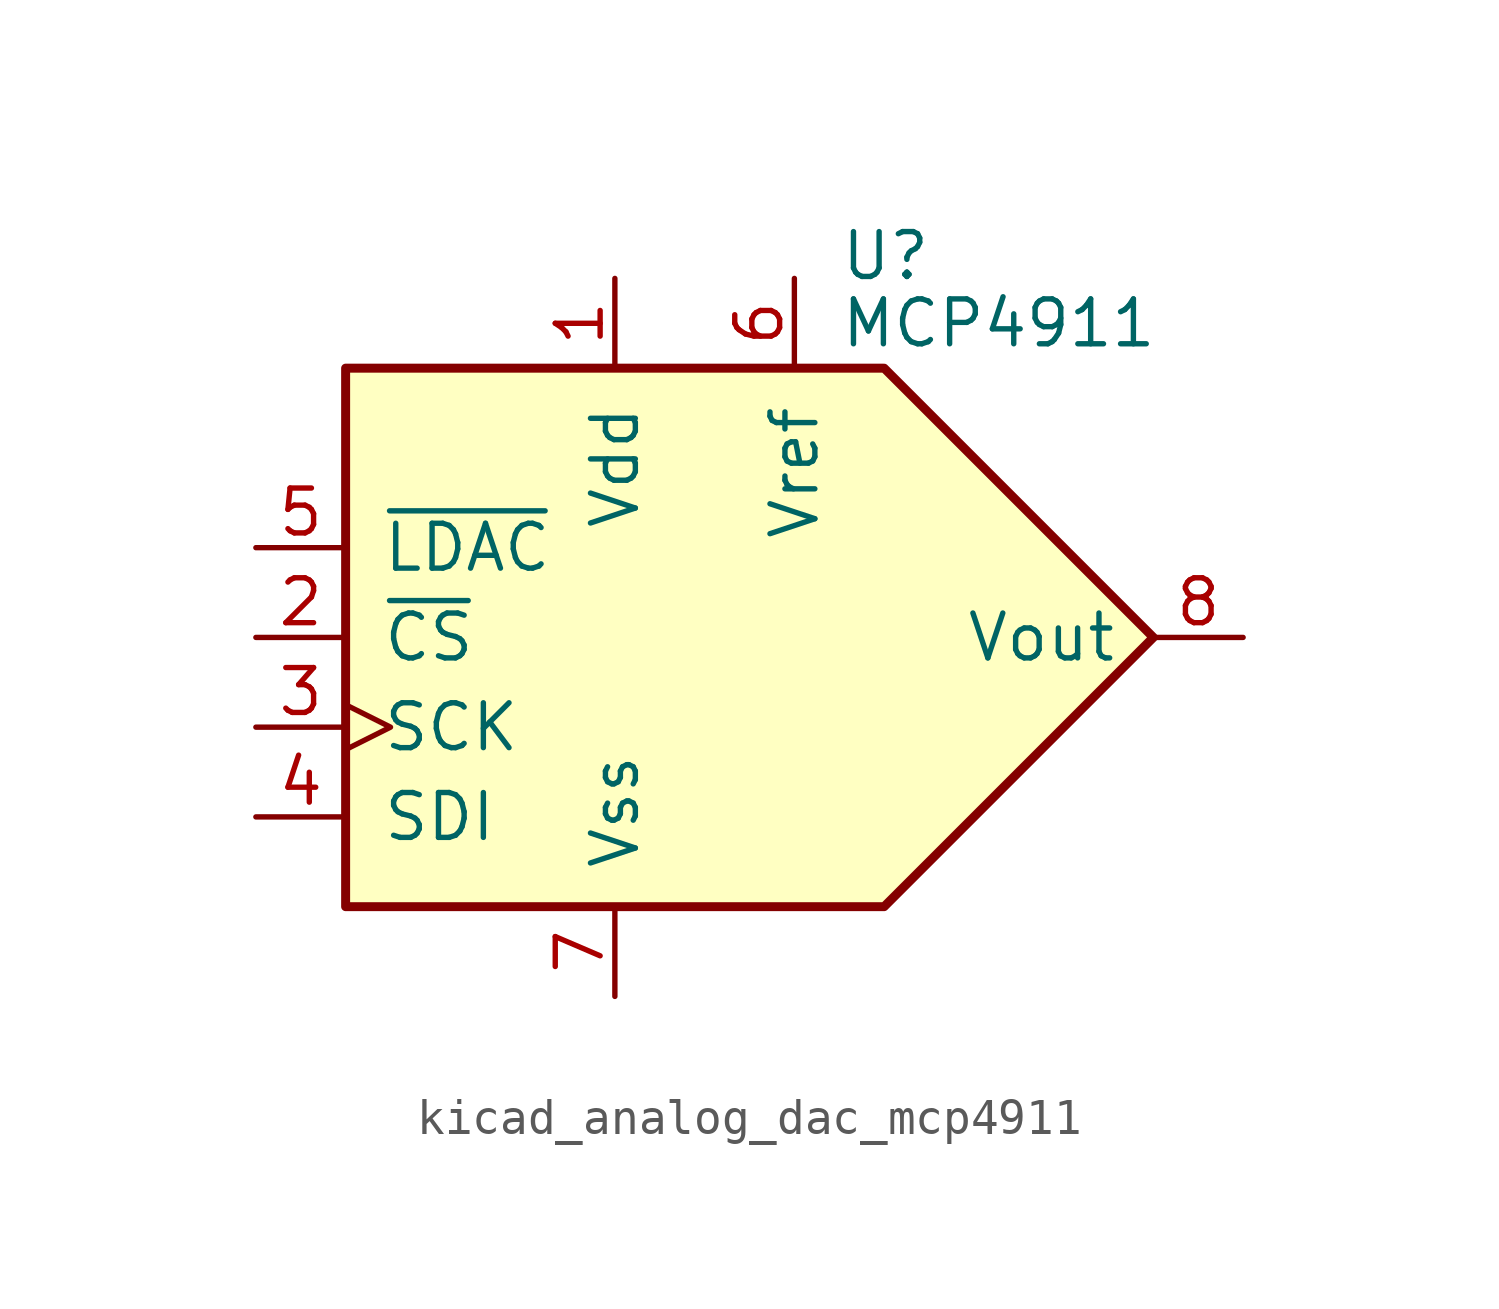
<source format=kicad_sym>
(kicad_symbol_lib
  (version 20220914)
  (generator kicad_symbol_editor)
  (symbol "kicad_analog_dac_mcp4911"
    (pin_names
      (offset 1.016))
    (property "Reference" "U"
      (at 6.35 10.795 0)
      (effects (font (size 1.27 1.27)) (justify left)))
    (property "Value" "MCP4911"
      (at 6.35 8.89 0)
      (effects (font (size 1.27 1.27)) (justify left)))
    (symbol "kicad_analog_dac_mcp4911_0_0"
      (polyline (pts (xy 15.24 0) (xy 7.62 7.62) (xy -7.62 7.62) (xy -7.62 -7.62) (xy 7.62 -7.62) (xy 15.24 0)) (stroke (width 0.254) (type default)) (fill (type background))))
    (symbol "kicad_analog_dac_mcp4911_1_1"
      (pin power_in line (at 0 10.16 270) (length 2.54) (name "Vdd" (effects (font (size 1.27 1.27)))) (number "1" (effects (font (size 1.27 1.27)))))
      (pin input line (at -10.16 0 0) (length 2.54) (name "~{CS}" (effects (font (size 1.27 1.27)))) (number "2" (effects (font (size 1.27 1.27)))))
      (pin input clock (at -10.16 -2.54 0) (length 2.54) (name "SCK" (effects (font (size 1.27 1.27)))) (number "3" (effects (font (size 1.27 1.27)))))
      (pin input line (at -10.16 -5.08 0) (length 2.54) (name "SDI" (effects (font (size 1.27 1.27)))) (number "4" (effects (font (size 1.27 1.27)))))
      (pin input line (at -10.16 2.54 0) (length 2.54) (name "~{LDAC}" (effects (font (size 1.27 1.27)))) (number "5" (effects (font (size 1.27 1.27)))))
      (pin power_in line (at 5.08 10.16 270) (length 2.54) (name "Vref" (effects (font (size 1.27 1.27)))) (number "6" (effects (font (size 1.27 1.27)))))
      (pin power_in line (at 0 -10.16 90) (length 2.54) (name "Vss" (effects (font (size 1.27 1.27)))) (number "7" (effects (font (size 1.27 1.27)))))
      (pin output line (at 17.78 0 180) (length 2.54) (name "Vout" (effects (font (size 1.27 1.27)))) (number "8" (effects (font (size 1.27 1.27))))))))
</source>
